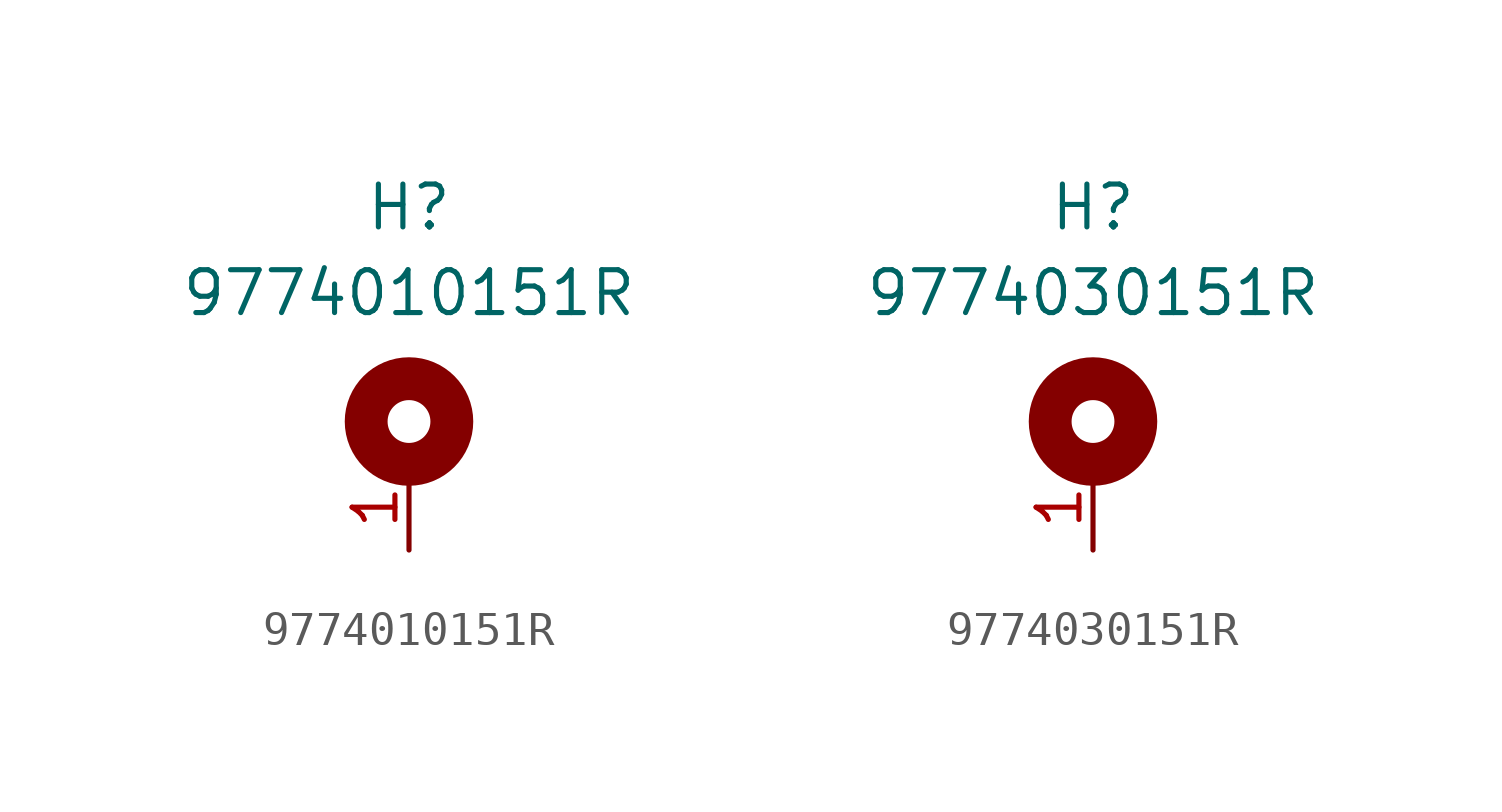
<source format=kicad_sym>
(kicad_symbol_lib
  (version 20241209)
  (generator "kicad_symbol_editor")
  (generator_version "9.0")
  (symbol "9774010151R"
    (pin_names
      (hide yes))
    (property "Reference" "H"
      (at 0 5.08 0)
      (effects (font (size 1.27 1.27))))
    (property "Value" "9774010151R"
      (at 0 2.54 0)
      (effects (font (size 1.27 1.27))))
    (symbol "9774010151R_0_1"
      (circle (center 0 -1.27) (radius 1.27) (stroke (width 1.27) (type default)) (fill (type none))))
    (symbol "9774010151R_1_1"
      (pin input line (at 0 -5.08 90) (length 2.54) (name "1" (effects (font (size 1.27 1.27)))) (number "1" (effects (font (size 1.27 1.27)))))))
  (symbol "9774030151R"
    (pin_names
      (hide yes))
    (property "Reference" "H"
      (at 0 5.08 0)
      (effects (font (size 1.27 1.27))))
    (property "Value" "9774030151R"
      (at 0 2.54 0)
      (effects (font (size 1.27 1.27))))
    (symbol "9774030151R_0_1"
      (circle (center 0 -1.27) (radius 1.27) (stroke (width 1.27) (type default)) (fill (type none))))
    (symbol "9774030151R_1_1"
      (pin input line (at 0 -5.08 90) (length 2.54) (name "1" (effects (font (size 1.27 1.27)))) (number "1" (effects (font (size 1.27 1.27))))))))
</source>
